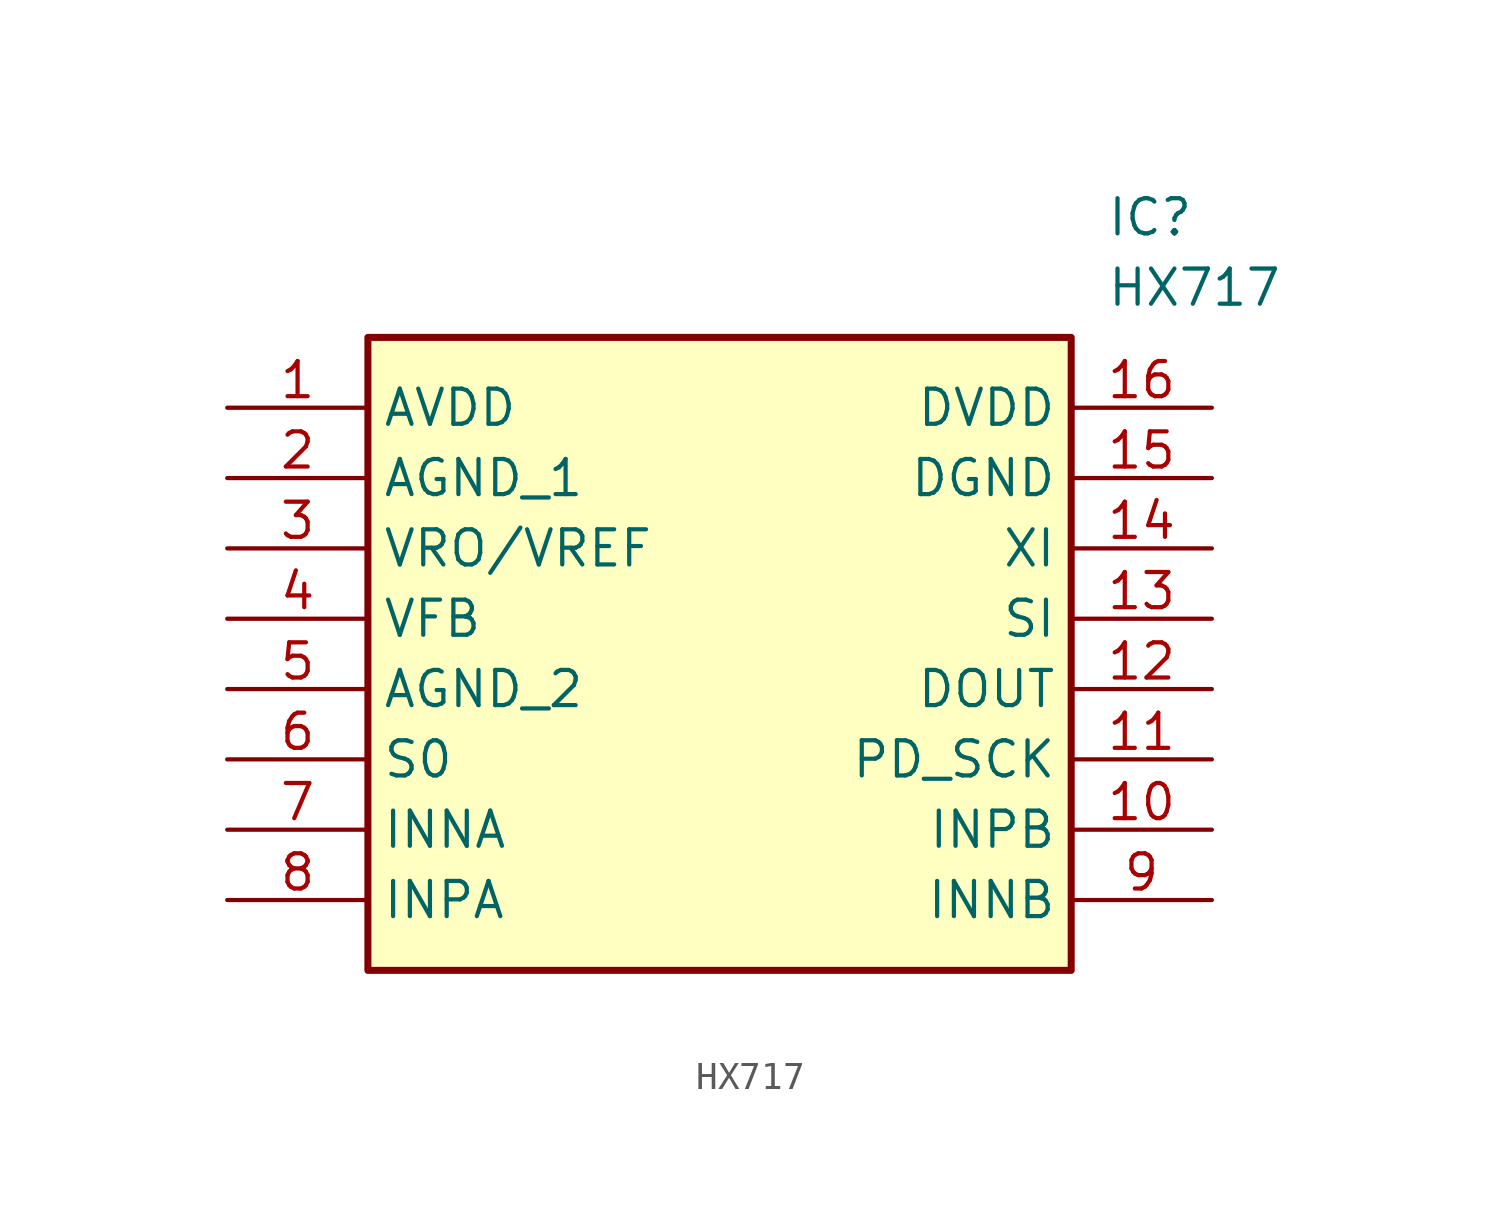
<source format=kicad_sym>
(kicad_symbol_lib
  (version 20211014)
  (generator SamacSys_ECAD_Model)
  (symbol "HX717"
    (property "Reference" "IC"
      (at 31.75 7.62 0)
      (effects (font (size 1.27 1.27)) (justify left top)))
    (property "Value" "HX717"
      (at 31.75 5.08 0)
      (effects (font (size 1.27 1.27)) (justify left top)))
    (rectangle
      (start 5.08 2.54)
      (end 30.48 -20.32)
      (stroke (width 0.254) (type default))
      (fill (type background)))
    (pin passive line
      (at 0 0 0)
      (length 5.08)
      (name "AVDD" (effects (font (size 1.27 1.27))))
      (number "1" (effects (font (size 1.27 1.27)))))
    (pin passive line
      (at 0 -2.54 0)
      (length 5.08)
      (name "AGND_1" (effects (font (size 1.27 1.27))))
      (number "2" (effects (font (size 1.27 1.27)))))
    (pin passive line
      (at 0 -5.08 0)
      (length 5.08)
      (name "VRO/VREF" (effects (font (size 1.27 1.27))))
      (number "3" (effects (font (size 1.27 1.27)))))
    (pin passive line
      (at 0 -7.62 0)
      (length 5.08)
      (name "VFB" (effects (font (size 1.27 1.27))))
      (number "4" (effects (font (size 1.27 1.27)))))
    (pin passive line
      (at 0 -10.16 0)
      (length 5.08)
      (name "AGND_2" (effects (font (size 1.27 1.27))))
      (number "5" (effects (font (size 1.27 1.27)))))
    (pin passive line
      (at 0 -12.7 0)
      (length 5.08)
      (name "S0" (effects (font (size 1.27 1.27))))
      (number "6" (effects (font (size 1.27 1.27)))))
    (pin passive line
      (at 0 -15.24 0)
      (length 5.08)
      (name "INNA" (effects (font (size 1.27 1.27))))
      (number "7" (effects (font (size 1.27 1.27)))))
    (pin passive line
      (at 0 -17.78 0)
      (length 5.08)
      (name "INPA" (effects (font (size 1.27 1.27))))
      (number "8" (effects (font (size 1.27 1.27)))))
    (pin passive line
      (at 35.56 0 180)
      (length 5.08)
      (name "DVDD" (effects (font (size 1.27 1.27))))
      (number "16" (effects (font (size 1.27 1.27)))))
    (pin passive line
      (at 35.56 -2.54 180)
      (length 5.08)
      (name "DGND" (effects (font (size 1.27 1.27))))
      (number "15" (effects (font (size 1.27 1.27)))))
    (pin passive line
      (at 35.56 -5.08 180)
      (length 5.08)
      (name "XI" (effects (font (size 1.27 1.27))))
      (number "14" (effects (font (size 1.27 1.27)))))
    (pin passive line
      (at 35.56 -7.62 180)
      (length 5.08)
      (name "SI" (effects (font (size 1.27 1.27))))
      (number "13" (effects (font (size 1.27 1.27)))))
    (pin passive line
      (at 35.56 -10.16 180)
      (length 5.08)
      (name "DOUT" (effects (font (size 1.27 1.27))))
      (number "12" (effects (font (size 1.27 1.27)))))
    (pin passive line
      (at 35.56 -12.7 180)
      (length 5.08)
      (name "PD_SCK" (effects (font (size 1.27 1.27))))
      (number "11" (effects (font (size 1.27 1.27)))))
    (pin passive line
      (at 35.56 -15.24 180)
      (length 5.08)
      (name "INPB" (effects (font (size 1.27 1.27))))
      (number "10" (effects (font (size 1.27 1.27)))))
    (pin passive line
      (at 35.56 -17.78 180)
      (length 5.08)
      (name "INNB" (effects (font (size 1.27 1.27))))
      (number "9" (effects (font (size 1.27 1.27)))))))
</source>
